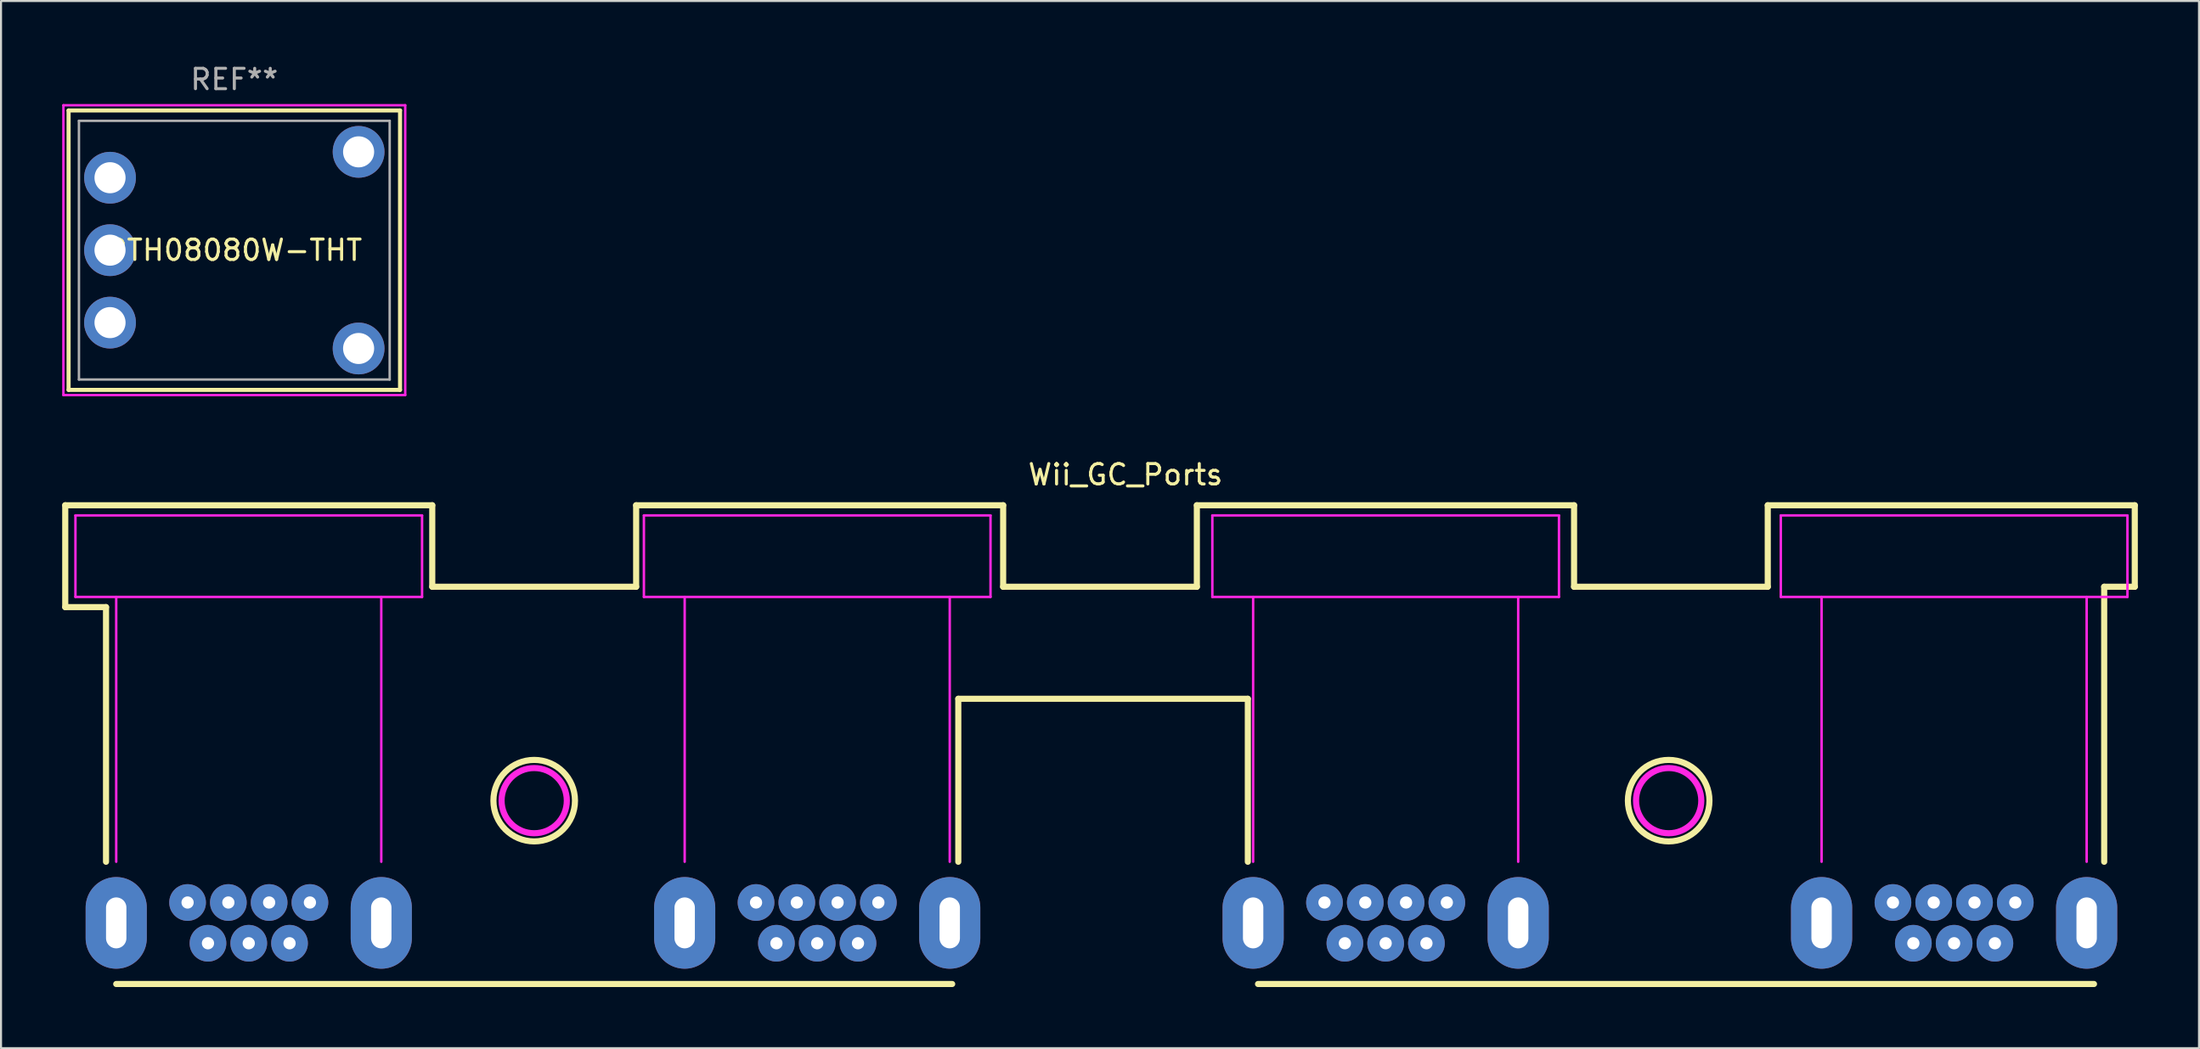
<source format=kicad_pcb>
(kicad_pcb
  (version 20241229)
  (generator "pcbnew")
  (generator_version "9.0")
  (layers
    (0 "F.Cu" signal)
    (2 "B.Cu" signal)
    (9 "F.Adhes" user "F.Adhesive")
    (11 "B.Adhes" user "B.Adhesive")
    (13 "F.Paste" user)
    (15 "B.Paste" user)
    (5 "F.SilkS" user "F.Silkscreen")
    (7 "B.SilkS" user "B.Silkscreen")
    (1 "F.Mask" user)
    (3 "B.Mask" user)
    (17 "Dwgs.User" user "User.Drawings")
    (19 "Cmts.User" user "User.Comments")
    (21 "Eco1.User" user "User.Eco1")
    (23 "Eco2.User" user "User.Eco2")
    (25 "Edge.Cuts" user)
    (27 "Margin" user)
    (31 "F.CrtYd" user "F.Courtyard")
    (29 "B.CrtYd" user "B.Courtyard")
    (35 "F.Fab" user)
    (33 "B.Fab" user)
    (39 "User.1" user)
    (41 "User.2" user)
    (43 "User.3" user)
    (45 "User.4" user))
  (footprint "PTH08080W-THT"
    (layer "F.Cu")
    (at 8.442 9.23)
    (property "Reference" "PTH08080W-THT" (at 0 0 0) (layer "F.SilkS") (effects (font (size 1 1) (thickness 0.15))))
    (attr through_hole)
    (fp_line (start -8.128 -6.858) (end -8.128 6.858) (stroke (width 0.2) (type solid)) (layer "F.SilkS"))
    (fp_line (start -8.128 6.858) (end 8.128 6.858) (stroke (width 0.2) (type solid)) (layer "F.SilkS"))
    (fp_line (start 8.128 -6.858) (end -8.128 -6.858) (stroke (width 0.2) (type solid)) (layer "F.SilkS"))
    (fp_line (start 8.128 6.858) (end 8.128 -6.858) (stroke (width 0.2) (type solid)) (layer "F.SilkS"))
    (fp_line (start -8.382 -7.112) (end 8.382 -7.112) (stroke (width 0.12) (type solid)) (layer "F.CrtYd"))
    (fp_line (start -8.382 7.112) (end -8.382 -7.112) (stroke (width 0.12) (type solid)) (layer "F.CrtYd"))
    (fp_line (start 8.382 -7.112) (end 8.382 7.112) (stroke (width 0.12) (type solid)) (layer "F.CrtYd"))
    (fp_line (start 8.382 7.112) (end -8.382 7.112) (stroke (width 0.12) (type solid)) (layer "F.CrtYd"))
    (fp_line (start -7.62 -6.35) (end -7.62 6.35) (stroke (width 0.12) (type solid)) (layer "F.Fab"))
    (fp_line (start -7.62 -6.35) (end 7.62 -6.35) (stroke (width 0.12) (type solid)) (layer "F.Fab"))
    (fp_line (start -7.62 6.35) (end 7.62 6.35) (stroke (width 0.12) (type solid)) (layer "F.Fab"))
    (fp_line (start 7.62 -6.35) (end 7.62 6.35) (stroke (width 0.12) (type solid)) (layer "F.Fab"))
    (fp_text user "REF**" (at 0 -8.382 0) (layer "F.Fab") (effects (font (size 1 1) (thickness 0.15))))
    (pad "1" thru_hole circle (at -6.096 -3.556) (size 2.54 2.54) (drill 1.524) (layers "*.Cu" "*.Mask"))
    (pad "2" thru_hole circle (at -6.096 0) (size 2.54 2.54) (drill 1.524) (layers "*.Cu" "*.Mask"))
    (pad "3" thru_hole circle (at -6.096 3.556) (size 2.54 2.54) (drill 1.524) (layers "*.Cu" "*.Mask"))
    (pad "4" thru_hole circle (at 6.096 4.826) (size 2.54 2.54) (drill 1.524) (layers "*.Cu" "*.Mask"))
    (pad "5" thru_hole circle (at 6.096 -4.826) (size 2.54 2.54) (drill 1.524) (layers "*.Cu" "*.Mask")))
  (footprint "Wii_GC_Ports"
    (layer "F.Cu")
    (at 9.15 43.251)
    (property "Reference" "Wii_GC_Ports" (at 43 -23 0) (layer "F.SilkS") (effects (font (size 1 1) (thickness 0.15))))
    (attr through_hole)
    (fp_line (start -9 -21.5) (end 9 -21.5) (stroke (width 0.3) (type solid)) (layer "F.SilkS"))
    (fp_line (start -9 -16.5) (end -9 -21.5) (stroke (width 0.3) (type solid)) (layer "F.SilkS"))
    (fp_line (start -7 -16.5) (end -9 -16.5) (stroke (width 0.3) (type solid)) (layer "F.SilkS"))
    (fp_line (start -7 -4) (end -7 -16.5) (stroke (width 0.3) (type solid)) (layer "F.SilkS"))
    (fp_line (start -6.5 2) (end 34.5 2) (stroke (width 0.3) (type solid)) (layer "F.SilkS"))
    (fp_line (start 9 -21.5) (end 9 -17.5) (stroke (width 0.3) (type solid)) (layer "F.SilkS"))
    (fp_line (start 9 -17.5) (end 19 -17.5) (stroke (width 0.3) (type solid)) (layer "F.SilkS"))
    (fp_line (start 19 -21.5) (end 37 -21.5) (stroke (width 0.3) (type solid)) (layer "F.SilkS"))
    (fp_line (start 19 -17.5) (end 19 -21.5) (stroke (width 0.3) (type solid)) (layer "F.SilkS"))
    (fp_line (start 34.8 -12) (end 49 -12) (stroke (width 0.3) (type solid)) (layer "F.SilkS"))
    (fp_line (start 34.8 -4) (end 34.8 -12) (stroke (width 0.3) (type solid)) (layer "F.SilkS"))
    (fp_line (start 37 -21.5) (end 37 -17.5) (stroke (width 0.3) (type solid)) (layer "F.SilkS"))
    (fp_line (start 37 -17.5) (end 46.5 -17.5) (stroke (width 0.3) (type solid)) (layer "F.SilkS"))
    (fp_line (start 46.5 -21.5) (end 65 -21.5) (stroke (width 0.3) (type solid)) (layer "F.SilkS"))
    (fp_line (start 46.5 -17.5) (end 46.5 -21.5) (stroke (width 0.3) (type solid)) (layer "F.SilkS"))
    (fp_line (start 49 -12) (end 49 -4) (stroke (width 0.3) (type solid)) (layer "F.SilkS"))
    (fp_line (start 49.5 2) (end 90.5 2) (stroke (width 0.3) (type solid)) (layer "F.SilkS"))
    (fp_line (start 65 -21.5) (end 65 -17.5) (stroke (width 0.3) (type solid)) (layer "F.SilkS"))
    (fp_line (start 65 -17.5) (end 74.5 -17.5) (stroke (width 0.3) (type solid)) (layer "F.SilkS"))
    (fp_line (start 74.5 -21.5) (end 92.5 -21.5) (stroke (width 0.3) (type solid)) (layer "F.SilkS"))
    (fp_line (start 74.5 -17.5) (end 74.5 -21.5) (stroke (width 0.3) (type solid)) (layer "F.SilkS"))
    (fp_line (start 91 -17.5) (end 91 -4) (stroke (width 0.3) (type solid)) (layer "F.SilkS"))
    (fp_line (start 92.5 -21.5) (end 92.5 -17.5) (stroke (width 0.3) (type solid)) (layer "F.SilkS"))
    (fp_line (start 92.5 -17.5) (end 91 -17.5) (stroke (width 0.3) (type solid)) (layer "F.SilkS"))
    (fp_circle (center 14 -7) (end 16 -7) (stroke (width 0.3) (type solid)) (fill no) (layer "F.SilkS"))
    (fp_circle (center 69.64 -7) (end 71.64 -7) (stroke (width 0.3) (type solid)) (fill no) (layer "F.SilkS"))
    (fp_line (start -8.5 -17) (end -8.5 -21) (stroke (width 0.12) (type solid)) (layer "F.CrtYd"))
    (fp_line (start -8.5 -17) (end -6.5 -17) (stroke (width 0.12) (type solid)) (layer "F.CrtYd"))
    (fp_line (start -6.5 -17) (end 6.5 -17) (stroke (width 0.12) (type solid)) (layer "F.CrtYd"))
    (fp_line (start -6.5 -4) (end -6.5 -17) (stroke (width 0.12) (type solid)) (layer "F.CrtYd"))
    (fp_line (start 6.5 -17) (end 6.5 -4) (stroke (width 0.12) (type solid)) (layer "F.CrtYd"))
    (fp_line (start 8.5 -21) (end -8.5 -21) (stroke (width 0.12) (type solid)) (layer "F.CrtYd"))
    (fp_line (start 8.5 -17) (end 6.5 -17) (stroke (width 0.12) (type solid)) (layer "F.CrtYd"))
    (fp_line (start 8.5 -17) (end 8.5 -21) (stroke (width 0.12) (type solid)) (layer "F.CrtYd"))
    (fp_line (start 19.38 -17) (end 19.38 -21) (stroke (width 0.12) (type solid)) (layer "F.CrtYd"))
    (fp_line (start 19.38 -17) (end 21.38 -17) (stroke (width 0.12) (type solid)) (layer "F.CrtYd"))
    (fp_line (start 21.38 -17) (end 34.38 -17) (stroke (width 0.12) (type solid)) (layer "F.CrtYd"))
    (fp_line (start 21.38 -4) (end 21.38 -17) (stroke (width 0.12) (type solid)) (layer "F.CrtYd"))
    (fp_line (start 34.38 -17) (end 34.38 -4) (stroke (width 0.12) (type solid)) (layer "F.CrtYd"))
    (fp_line (start 36.38 -21) (end 19.38 -21) (stroke (width 0.12) (type solid)) (layer "F.CrtYd"))
    (fp_line (start 36.38 -17) (end 34.38 -17) (stroke (width 0.12) (type solid)) (layer "F.CrtYd"))
    (fp_line (start 36.38 -17) (end 36.38 -21) (stroke (width 0.12) (type solid)) (layer "F.CrtYd"))
    (fp_line (start 47.26 -17) (end 47.26 -21) (stroke (width 0.12) (type solid)) (layer "F.CrtYd"))
    (fp_line (start 47.26 -17) (end 49.26 -17) (stroke (width 0.12) (type solid)) (layer "F.CrtYd"))
    (fp_line (start 49.26 -17) (end 62.26 -17) (stroke (width 0.12) (type solid)) (layer "F.CrtYd"))
    (fp_line (start 49.26 -4) (end 49.26 -17) (stroke (width 0.12) (type solid)) (layer "F.CrtYd"))
    (fp_line (start 62.26 -17) (end 62.26 -4) (stroke (width 0.12) (type solid)) (layer "F.CrtYd"))
    (fp_line (start 64.26 -21) (end 47.26 -21) (stroke (width 0.12) (type solid)) (layer "F.CrtYd"))
    (fp_line (start 64.26 -17) (end 62.26 -17) (stroke (width 0.12) (type solid)) (layer "F.CrtYd"))
    (fp_line (start 64.26 -17) (end 64.26 -21) (stroke (width 0.12) (type solid)) (layer "F.CrtYd"))
    (fp_line (start 75.14 -17) (end 75.14 -21) (stroke (width 0.12) (type solid)) (layer "F.CrtYd"))
    (fp_line (start 75.14 -17) (end 77.14 -17) (stroke (width 0.12) (type solid)) (layer "F.CrtYd"))
    (fp_line (start 77.14 -17) (end 90.14 -17) (stroke (width 0.12) (type solid)) (layer "F.CrtYd"))
    (fp_line (start 77.14 -4) (end 77.14 -17) (stroke (width 0.12) (type solid)) (layer "F.CrtYd"))
    (fp_line (start 90.14 -17) (end 90.14 -4) (stroke (width 0.12) (type solid)) (layer "F.CrtYd"))
    (fp_line (start 92.14 -21) (end 75.14 -21) (stroke (width 0.12) (type solid)) (layer "F.CrtYd"))
    (fp_line (start 92.14 -17) (end 90.14 -17) (stroke (width 0.12) (type solid)) (layer "F.CrtYd"))
    (fp_line (start 92.14 -17) (end 92.14 -21) (stroke (width 0.12) (type solid)) (layer "F.CrtYd"))
    (fp_circle (center 14 -7) (end 15.6 -7) (stroke (width 0.3) (type solid)) (fill no) (layer "F.CrtYd"))
    (fp_circle (center 69.64 -7) (end 71.24 -7) (stroke (width 0.3) (type solid)) (fill no) (layer "F.CrtYd"))
    (pad "1" thru_hole circle (at 3 -2) (size 1.8 1.8) (drill 0.6) (layers "*.Cu" "*.Mask"))
    (pad "1" thru_hole circle (at 30.88 -2) (size 1.8 1.8) (drill 0.6) (layers "*.Cu" "*.Mask"))
    (pad "1" thru_hole circle (at 58.76 -2) (size 1.8 1.8) (drill 0.6) (layers "*.Cu" "*.Mask"))
    (pad "1" thru_hole circle (at 86.64 -2) (size 1.8 1.8) (drill 0.6) (layers "*.Cu" "*.Mask"))
    (pad "2" thru_hole circle (at -2 0) (size 1.8 1.8) (drill 0.6) (layers "*.Cu" "*.Mask"))
    (pad "2" thru_hole circle (at 25.88 0) (size 1.8 1.8) (drill 0.6) (layers "*.Cu" "*.Mask"))
    (pad "2" thru_hole circle (at 53.76 0) (size 1.8 1.8) (drill 0.6) (layers "*.Cu" "*.Mask"))
    (pad "2" thru_hole circle (at 81.64 0) (size 1.8 1.8) (drill 0.6) (layers "*.Cu" "*.Mask"))
    (pad "3" thru_hole circle (at 83.64 0) (size 1.8 1.8) (drill 0.6) (layers "*.Cu" "*.Mask"))
    (pad "4" thru_hole circle (at 55.76 0) (size 1.8 1.8) (drill 0.6) (layers "*.Cu" "*.Mask"))
    (pad "5" thru_hole circle (at 27.88 0) (size 1.8 1.8) (drill 0.6) (layers "*.Cu" "*.Mask"))
    (pad "6" thru_hole circle (at 0 0) (size 1.8 1.8) (drill 0.6) (layers "*.Cu" "*.Mask"))
    (pad "7" thru_hole oval (at -6.5 -1) (size 3 4.5) (drill oval 1 2.5) (layers "*.Cu" "*.Mask"))
    (pad "7" thru_hole circle (at -3 -2) (size 1.8 1.8) (drill 0.6) (layers "*.Cu" "*.Mask"))
    (pad "7" thru_hole circle (at -1 -2) (size 1.8 1.8) (drill 0.6) (layers "*.Cu" "*.Mask"))
    (pad "7" thru_hole circle (at 1 -2) (size 1.8 1.8) (drill 0.6) (layers "*.Cu" "*.Mask"))
    (pad "7" thru_hole circle (at 2 0) (size 1.8 1.8) (drill 0.6) (layers "*.Cu" "*.Mask"))
    (pad "7" thru_hole oval (at 6.5 -1) (size 3 4.5) (drill oval 1 2.5) (layers "*.Cu" "*.Mask"))
    (pad "7" thru_hole oval (at 21.38 -1) (size 3 4.5) (drill oval 1 2.5) (layers "*.Cu" "*.Mask"))
    (pad "7" thru_hole circle (at 24.88 -2) (size 1.8 1.8) (drill 0.6) (layers "*.Cu" "*.Mask"))
    (pad "7" thru_hole circle (at 26.88 -2) (size 1.8 1.8) (drill 0.6) (layers "*.Cu" "*.Mask"))
    (pad "7" thru_hole circle (at 28.88 -2) (size 1.8 1.8) (drill 0.6) (layers "*.Cu" "*.Mask"))
    (pad "7" thru_hole circle (at 29.88 0) (size 1.8 1.8) (drill 0.6) (layers "*.Cu" "*.Mask"))
    (pad "7" thru_hole oval (at 34.38 -1) (size 3 4.5) (drill oval 1 2.5) (layers "*.Cu" "*.Mask"))
    (pad "7" thru_hole oval (at 49.26 -1) (size 3 4.5) (drill oval 1 2.5) (layers "*.Cu" "*.Mask"))
    (pad "7" thru_hole circle (at 52.76 -2) (size 1.8 1.8) (drill 0.6) (layers "*.Cu" "*.Mask"))
    (pad "7" thru_hole circle (at 54.76 -2) (size 1.8 1.8) (drill 0.6) (layers "*.Cu" "*.Mask"))
    (pad "7" thru_hole circle (at 56.76 -2) (size 1.8 1.8) (drill 0.6) (layers "*.Cu" "*.Mask"))
    (pad "7" thru_hole circle (at 57.76 0) (size 1.8 1.8) (drill 0.6) (layers "*.Cu" "*.Mask"))
    (pad "7" thru_hole oval (at 62.26 -1) (size 3 4.5) (drill oval 1 2.5) (layers "*.Cu" "*.Mask"))
    (pad "7" thru_hole oval (at 77.14 -1) (size 3 4.5) (drill oval 1 2.5) (layers "*.Cu" "*.Mask"))
    (pad "7" thru_hole circle (at 80.64 -2) (size 1.8 1.8) (drill 0.6) (layers "*.Cu" "*.Mask"))
    (pad "7" thru_hole circle (at 82.64 -2) (size 1.8 1.8) (drill 0.6) (layers "*.Cu" "*.Mask"))
    (pad "7" thru_hole circle (at 84.64 -2) (size 1.8 1.8) (drill 0.6) (layers "*.Cu" "*.Mask"))
    (pad "7" thru_hole circle (at 85.64 0) (size 1.8 1.8) (drill 0.6) (layers "*.Cu" "*.Mask"))
    (pad "7" thru_hole oval (at 90.14 -1) (size 3 4.5) (drill oval 1 2.5) (layers "*.Cu" "*.Mask")))
  (gr_rect
    (start -3 -3)
    (end 104.8 48.401)
    (stroke (width 0.1) (type default))
    (fill no)
    (layer "Edge.Cuts")))
</source>
